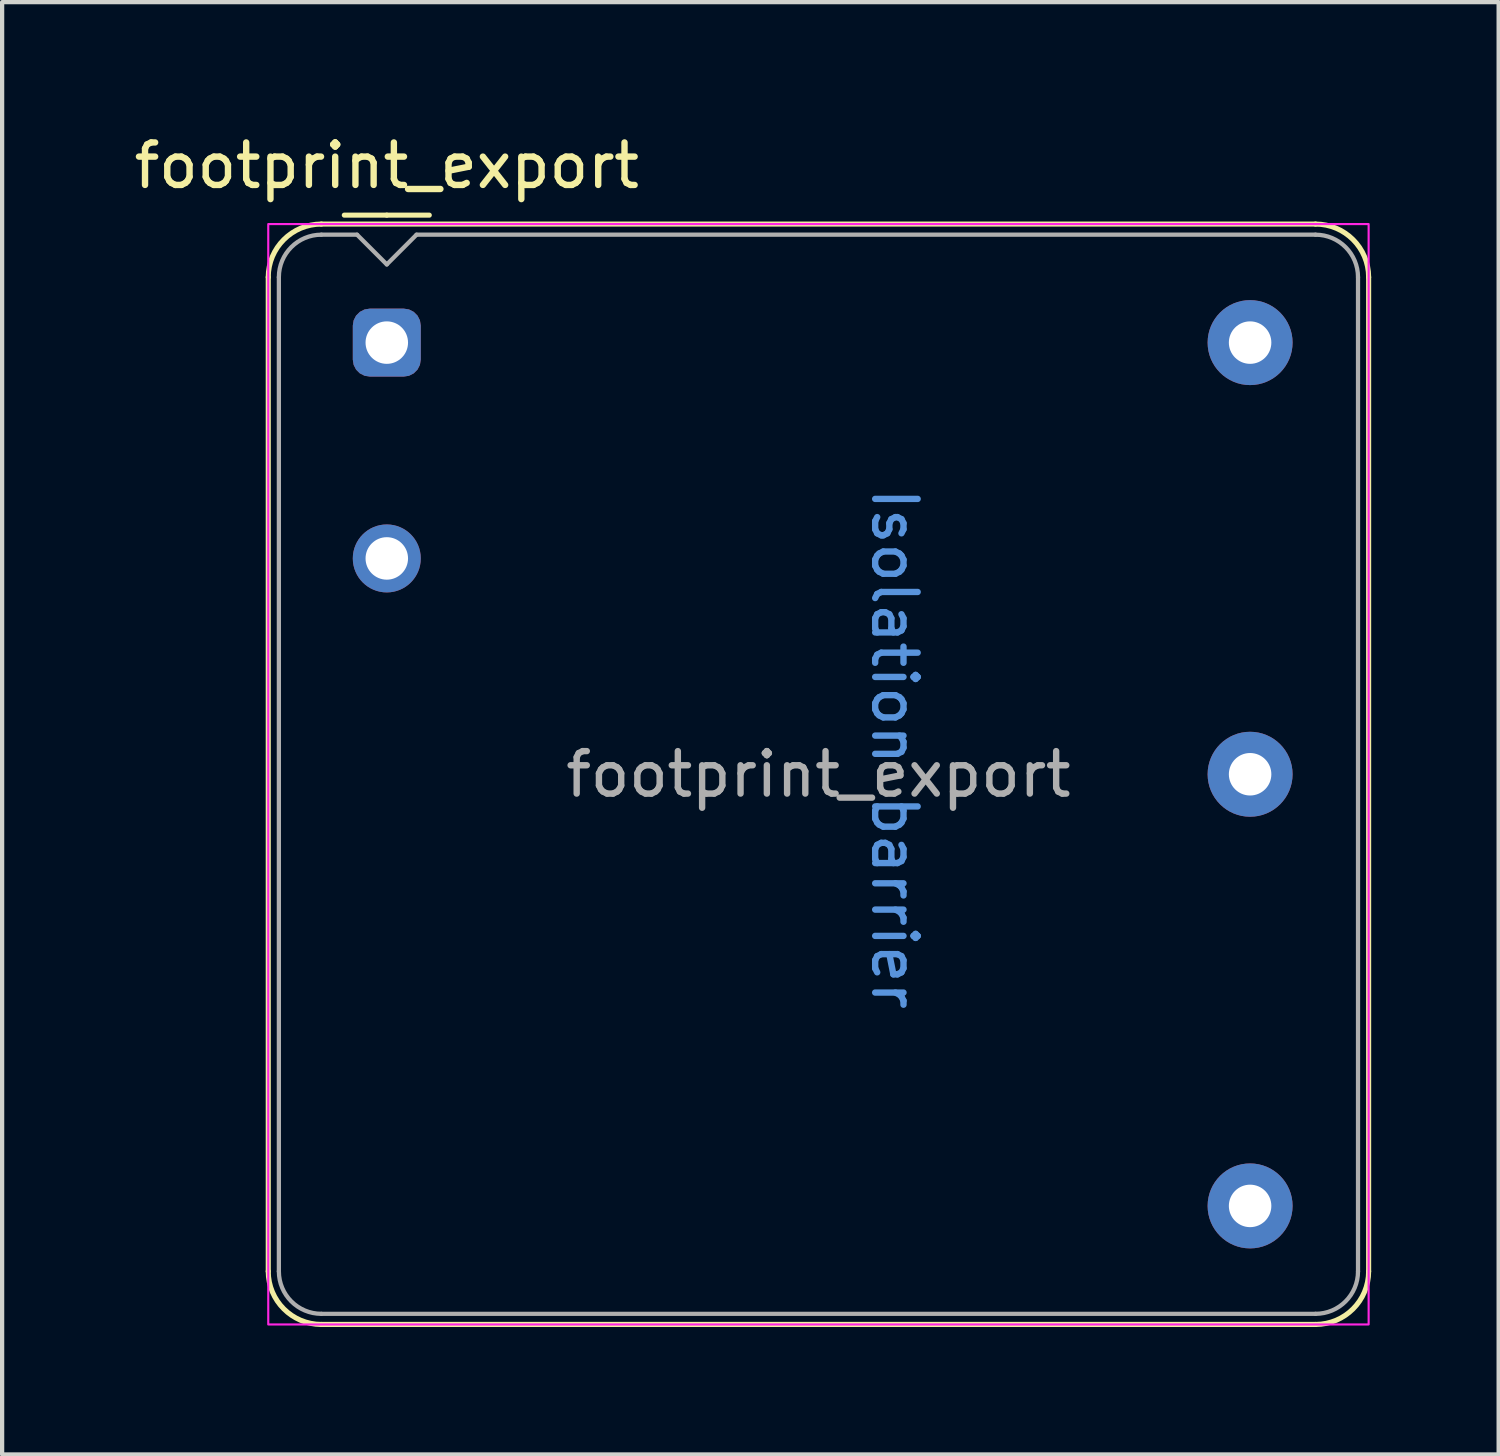
<source format=kicad_pcb>
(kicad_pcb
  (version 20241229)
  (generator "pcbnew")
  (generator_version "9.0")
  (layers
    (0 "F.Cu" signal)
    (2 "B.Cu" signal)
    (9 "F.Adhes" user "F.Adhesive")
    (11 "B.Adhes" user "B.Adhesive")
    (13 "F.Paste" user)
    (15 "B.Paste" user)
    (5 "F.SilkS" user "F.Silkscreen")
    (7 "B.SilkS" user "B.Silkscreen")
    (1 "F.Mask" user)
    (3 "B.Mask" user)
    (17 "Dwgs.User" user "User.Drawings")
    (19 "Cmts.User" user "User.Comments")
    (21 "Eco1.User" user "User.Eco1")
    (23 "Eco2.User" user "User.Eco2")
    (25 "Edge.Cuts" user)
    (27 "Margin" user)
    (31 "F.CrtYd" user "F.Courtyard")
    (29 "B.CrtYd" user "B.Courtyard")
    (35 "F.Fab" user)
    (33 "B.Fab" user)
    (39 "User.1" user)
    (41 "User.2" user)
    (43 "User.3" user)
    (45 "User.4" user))
  (footprint "footprint_export"
    (layer "F.Cu")
    (at 6.054 5.014)
    (property "Reference" "footprint_export" (at 0 -4.166 0) (unlocked yes) (layer "F.SilkS") (effects (font (size 1 1) (thickness 0.15))))
    (attr through_hole)
    (fp_line (start -2.79 -1.54) (end -2.79 21.86) (stroke (width 0.12) (type solid)) (layer "F.SilkS"))
    (fp_line (start -1.54 23.11) (end 21.86 23.11) (stroke (width 0.12) (type solid)) (layer "F.SilkS"))
    (fp_line (start 0 -3) (end -1 -3) (stroke (width 0.12) (type solid)) (layer "F.SilkS"))
    (fp_line (start 0 -3) (end 1 -3) (stroke (width 0.12) (type solid)) (layer "F.SilkS"))
    (fp_line (start 21.86 -2.79) (end -1.54 -2.79) (stroke (width 0.12) (type solid)) (layer "F.SilkS"))
    (fp_line (start 23.11 21.86) (end 23.11 -1.54) (stroke (width 0.12) (type solid)) (layer "F.SilkS"))
    (fp_arc (start -2.79 -1.54) (mid -2.423883 -2.423883) (end -1.54 -2.79) (stroke (width 0.12) (type solid)) (layer "F.SilkS"))
    (fp_arc (start -1.54 23.11) (mid -2.423883 22.743883) (end -2.79 21.86) (stroke (width 0.12) (type solid)) (layer "F.SilkS"))
    (fp_arc (start 21.86 -2.79) (mid 22.743883 -2.423883) (end 23.11 -1.54) (stroke (width 0.12) (type solid)) (layer "F.SilkS"))
    (fp_arc (start 23.11 21.86) (mid 22.743883 22.743883) (end 21.86 23.11) (stroke (width 0.12) (type solid)) (layer "F.SilkS"))
    (fp_rect (start -2.79 -2.79) (end 23.11 23.11) (stroke (width 0.05) (type solid)) (fill no) (layer "F.CrtYd"))
    (fp_line (start -2.54 21.86) (end -2.54 -1.54) (stroke (width 0.1) (type solid)) (layer "F.Fab"))
    (fp_line (start -0.7 -2.54) (end -1.54 -2.54) (stroke (width 0.1) (type solid)) (layer "F.Fab"))
    (fp_line (start 0 -1.84) (end -0.7 -2.54) (stroke (width 0.1) (type solid)) (layer "F.Fab"))
    (fp_line (start 0.7 -2.54) (end 0 -1.84) (stroke (width 0.1) (type solid)) (layer "F.Fab"))
    (fp_line (start 0.7 -2.54) (end 21.86 -2.54) (stroke (width 0.1) (type solid)) (layer "F.Fab"))
    (fp_line (start 21.86 22.86) (end -1.54 22.86) (stroke (width 0.1) (type solid)) (layer "F.Fab"))
    (fp_line (start 22.86 -1.54) (end 22.86 21.86) (stroke (width 0.1) (type solid)) (layer "F.Fab"))
    (fp_arc (start -2.54 -1.54) (mid -2.247107 -2.247107) (end -1.54 -2.54) (stroke (width 0.1) (type solid)) (layer "F.Fab"))
    (fp_arc (start -1.54 22.86) (mid -2.247107 22.567107) (end -2.54 21.86) (stroke (width 0.1) (type solid)) (layer "F.Fab"))
    (fp_arc (start 21.86 -2.54) (mid 22.567107 -2.247107) (end 22.86 -1.54) (stroke (width 0.1) (type solid)) (layer "F.Fab"))
    (fp_arc (start 22.86 21.86) (mid 22.567107 22.567107) (end 21.86 22.86) (stroke (width 0.1) (type solid)) (layer "F.Fab"))
    (fp_text user "Isolation barrier" (at 11.95 9.56 270) (unlocked yes) (layer "Cmts.User") (effects (font (size 1 1) (thickness 0.15))))
    (fp_text user "${REFERENCE}" (at 10.16 10.16 0) (unlocked yes) (layer "F.Fab") (effects (font (size 1 1) (thickness 0.15))))
    (pad "1" thru_hole roundrect (at 0 0) (size 1.6 1.6) (drill 1) (layers "*.Cu" "*.Mask") (roundrect_rratio 0.25))
    (pad "2" thru_hole circle (at 0 5.08) (size 1.6 1.6) (drill 1) (layers "*.Cu" "*.Mask"))
    (pad "3" thru_hole circle (at 20.32 20.32) (size 2 2) (drill 1) (layers "*.Cu" "*.Mask"))
    (pad "4" thru_hole circle (at 20.32 10.16) (size 2 2) (drill 1) (layers "*.Cu" "*.Mask"))
    (pad "5" thru_hole circle (at 20.32 0) (size 2 2) (drill 1) (layers "*.Cu" "*.Mask"))
    (zone (net_name "") (layers "F.Cu" "B.Cu") (name "Isolation barrier") (hatch full 0.508) (connect_pads) (min_thickness 0.254) (filled_areas_thickness no) (keepout (tracks not_allowed) (vias not_allowed) (pads not_allowed) (copperpour not_allowed) (footprints not_allowed)) (placement (enabled no)) (fill) (polygon (pts (xy 19.874 12.514) (xy 24.874 12.514) (xy 24.874 27.914) (xy 16.354 27.914) (xy 16.354 20.264) (xy 15.854 20.014) (xy 15.404 19.739) (xy 14.954 19.439) (xy 14.529 19.114) (xy 14.104 18.739) (xy 13.754 18.389) (xy 13.479 18.089) (xy 13.354 17.939) (xy 13.129 17.664) (xy 12.929 17.389) (xy 12.579 16.839) (xy 12.379 16.489) (xy 12.079 15.839) (xy 11.929 15.489) (xy 11.804 15.139) (xy 11.679 14.739) (xy 11.604 14.464) (xy 11.529 14.164) (xy 11.479 13.889) (xy 11.404 13.439) (xy 11.354 12.914) (xy 11.354 12.364) (xy 11.354 2.439) (xy 19.874 2.439)))))
  (gr_rect
    (start -3 -3)
    (end 32.224 31.184)
    (stroke (width 0.1) (type default))
    (fill no)
    (layer "Edge.Cuts")))
</source>
